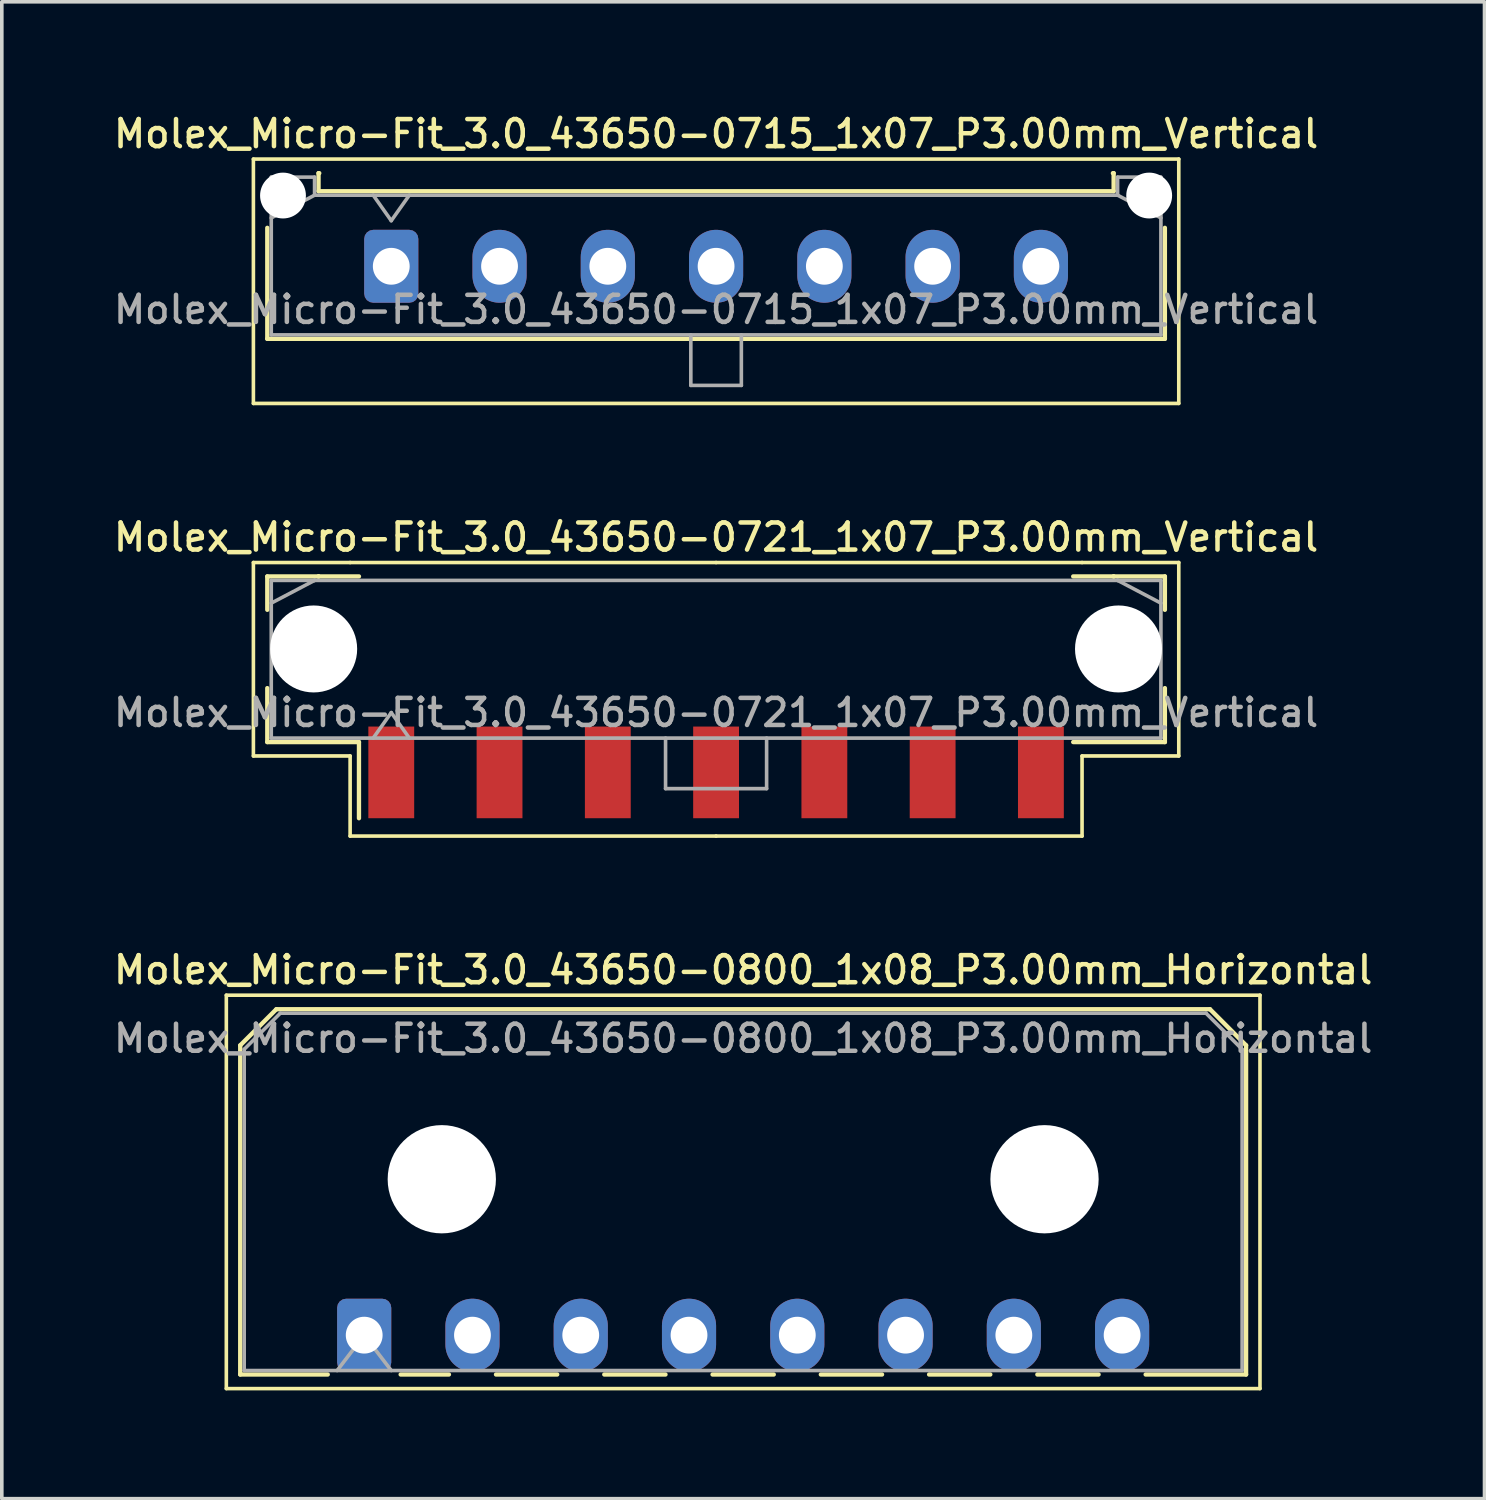
<source format=kicad_pcb>
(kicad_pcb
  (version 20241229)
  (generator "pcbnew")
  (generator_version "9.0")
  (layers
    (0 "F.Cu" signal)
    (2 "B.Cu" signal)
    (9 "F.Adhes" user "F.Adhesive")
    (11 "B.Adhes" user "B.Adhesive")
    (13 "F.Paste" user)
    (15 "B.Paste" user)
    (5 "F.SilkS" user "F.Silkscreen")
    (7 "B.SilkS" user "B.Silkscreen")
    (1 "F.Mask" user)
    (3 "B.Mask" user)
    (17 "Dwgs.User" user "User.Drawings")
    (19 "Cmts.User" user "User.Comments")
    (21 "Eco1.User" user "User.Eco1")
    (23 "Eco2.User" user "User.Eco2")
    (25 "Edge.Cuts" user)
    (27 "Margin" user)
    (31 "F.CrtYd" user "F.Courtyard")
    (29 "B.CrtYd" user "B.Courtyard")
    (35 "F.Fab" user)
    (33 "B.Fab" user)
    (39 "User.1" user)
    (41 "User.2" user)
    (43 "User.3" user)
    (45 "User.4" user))
  (footprint "Molex_Micro-Fit_3.0_43650-0715_1x07_P3.00mm_Vertical"
    (layer "F.Cu")
    (at 7.791 4.328)
    (property "Reference" "Molex_Micro-Fit_3.0_43650-0715_1x07_P3.00mm_Vertical" (at 9 -3.67 0) (layer "F.SilkS") (effects (font (size 0.75 0.75) (thickness 0.125))))
    (attr through_hole)
    (fp_line (start -3.82 -2.97) (end 21.82 -2.97) (stroke (width 0.1) (type solid)) (layer "F.SilkS"))
    (fp_line (start -3.82 3.8) (end -3.82 -2.97) (stroke (width 0.1) (type solid)) (layer "F.SilkS"))
    (fp_line (start -3.435 -1.065) (end -3.435 2.01) (stroke (width 0.12) (type solid)) (layer "F.SilkS"))
    (fp_line (start -3.435 2.01) (end 21.435 2.01) (stroke (width 0.12) (type solid)) (layer "F.SilkS"))
    (fp_line (start -2.015 -2.58) (end -2.015 -2.08) (stroke (width 0.12) (type solid)) (layer "F.SilkS"))
    (fp_line (start -2.015 -2.08) (end 20.015 -2.08) (stroke (width 0.12) (type solid)) (layer "F.SilkS"))
    (fp_line (start -1.995 -2.58) (end -2.015 -2.58) (stroke (width 0.12) (type solid)) (layer "F.SilkS"))
    (fp_line (start 20.015 -2.58) (end 19.995 -2.58) (stroke (width 0.12) (type solid)) (layer "F.SilkS"))
    (fp_line (start 20.015 -2.08) (end 20.015 -2.58) (stroke (width 0.12) (type solid)) (layer "F.SilkS"))
    (fp_line (start 21.435 2.01) (end 21.435 -1.065) (stroke (width 0.12) (type solid)) (layer "F.SilkS"))
    (fp_line (start 21.82 -2.97) (end 21.82 3.8) (stroke (width 0.1) (type solid)) (layer "F.SilkS"))
    (fp_line (start 21.82 3.8) (end -3.82 3.8) (stroke (width 0.1) (type solid)) (layer "F.SilkS"))
    (fp_line (start -3.325 -2.47) (end -3.325 1.9) (stroke (width 0.1) (type solid)) (layer "F.Fab"))
    (fp_line (start -3.325 -1.34) (end -2.125 -1.97) (stroke (width 0.1) (type solid)) (layer "F.Fab"))
    (fp_line (start -3.325 1.9) (end 21.325 1.9) (stroke (width 0.1) (type solid)) (layer "F.Fab"))
    (fp_line (start -2.125 -2.47) (end -3.325 -2.47) (stroke (width 0.1) (type solid)) (layer "F.Fab"))
    (fp_line (start -2.125 -1.97) (end -2.125 -2.47) (stroke (width 0.1) (type solid)) (layer "F.Fab"))
    (fp_line (start -0.5 -1.97) (end 0 -1.263) (stroke (width 0.1) (type solid)) (layer "F.Fab"))
    (fp_line (start 0 -1.263) (end 0.5 -1.97) (stroke (width 0.1) (type solid)) (layer "F.Fab"))
    (fp_line (start 8.3 1.9) (end 8.3 3.3) (stroke (width 0.1) (type solid)) (layer "F.Fab"))
    (fp_line (start 8.3 3.3) (end 9.7 3.3) (stroke (width 0.1) (type solid)) (layer "F.Fab"))
    (fp_line (start 9.7 3.3) (end 9.7 1.9) (stroke (width 0.1) (type solid)) (layer "F.Fab"))
    (fp_line (start 20.125 -2.47) (end 20.125 -1.97) (stroke (width 0.1) (type solid)) (layer "F.Fab"))
    (fp_line (start 20.125 -1.97) (end -2.125 -1.97) (stroke (width 0.1) (type solid)) (layer "F.Fab"))
    (fp_line (start 21.325 -2.47) (end 20.125 -2.47) (stroke (width 0.1) (type solid)) (layer "F.Fab"))
    (fp_line (start 21.325 -1.34) (end 20.125 -1.97) (stroke (width 0.1) (type solid)) (layer "F.Fab"))
    (fp_line (start 21.325 1.9) (end 21.325 -2.47) (stroke (width 0.1) (type solid)) (layer "F.Fab"))
    (fp_text user "${REFERENCE}" (at 9 1.2 0) (layer "F.Fab") (effects (font (size 0.75 0.75) (thickness 0.125))))
    (pad "" np_thru_hole circle (at -3 -1.96) (size 1.27 1.27) (drill 1.27) (layers "*.Cu" "*.Mask"))
    (pad "" np_thru_hole circle (at 21 -1.96) (size 1.27 1.27) (drill 1.27) (layers "*.Cu" "*.Mask"))
    (pad "1" thru_hole roundrect (at 0 0) (size 1.5 2.02) (drill 1.02) (layers "*.Cu" "*.Mask") (roundrect_rratio 0.167))
    (pad "2" thru_hole oval (at 3 0) (size 1.5 2.02) (drill 1.02) (layers "*.Cu" "*.Mask"))
    (pad "3" thru_hole oval (at 6 0) (size 1.5 2.02) (drill 1.02) (layers "*.Cu" "*.Mask"))
    (pad "4" thru_hole oval (at 9 0) (size 1.5 2.02) (drill 1.02) (layers "*.Cu" "*.Mask"))
    (pad "5" thru_hole oval (at 12 0) (size 1.5 2.02) (drill 1.02) (layers "*.Cu" "*.Mask"))
    (pad "6" thru_hole oval (at 15 0) (size 1.5 2.02) (drill 1.02) (layers "*.Cu" "*.Mask"))
    (pad "7" thru_hole oval (at 18 0) (size 1.5 2.02) (drill 1.02) (layers "*.Cu" "*.Mask")))
  (footprint "Molex_Micro-Fit_3.0_43650-0800_1x08_P3.00mm_Horizontal"
    (layer "F.Cu")
    (at 7.041 33.944)
    (property "Reference" "Molex_Micro-Fit_3.0_43650-0800_1x08_P3.00mm_Horizontal" (at 10.5 -10.12 0) (layer "F.SilkS") (effects (font (size 0.75 0.75) (thickness 0.125))))
    (attr through_hole)
    (fp_line (start -3.82 -9.42) (end 24.82 -9.42) (stroke (width 0.1) (type solid)) (layer "F.SilkS"))
    (fp_line (start -3.82 1.48) (end -3.82 -9.42) (stroke (width 0.1) (type solid)) (layer "F.SilkS"))
    (fp_line (start -3.435 -8.03) (end -2.435 -9.03) (stroke (width 0.12) (type solid)) (layer "F.SilkS"))
    (fp_line (start -3.435 1.09) (end -3.435 -8.03) (stroke (width 0.12) (type solid)) (layer "F.SilkS"))
    (fp_line (start -3.435 1.09) (end -1.01 1.09) (stroke (width 0.12) (type solid)) (layer "F.SilkS"))
    (fp_line (start -2.435 -9.03) (end 23.435 -9.03) (stroke (width 0.12) (type solid)) (layer "F.SilkS"))
    (fp_line (start 1.01 1.09) (end 2.348 1.09) (stroke (width 0.12) (type solid)) (layer "F.SilkS"))
    (fp_line (start 3.652 1.09) (end 5.348 1.09) (stroke (width 0.12) (type solid)) (layer "F.SilkS"))
    (fp_line (start 6.652 1.09) (end 8.348 1.09) (stroke (width 0.12) (type solid)) (layer "F.SilkS"))
    (fp_line (start 9.652 1.09) (end 11.348 1.09) (stroke (width 0.12) (type solid)) (layer "F.SilkS"))
    (fp_line (start 12.652 1.09) (end 14.348 1.09) (stroke (width 0.12) (type solid)) (layer "F.SilkS"))
    (fp_line (start 15.652 1.09) (end 17.348 1.09) (stroke (width 0.12) (type solid)) (layer "F.SilkS"))
    (fp_line (start 18.652 1.09) (end 20.348 1.09) (stroke (width 0.12) (type solid)) (layer "F.SilkS"))
    (fp_line (start 23.435 -9.03) (end 24.435 -8.03) (stroke (width 0.12) (type solid)) (layer "F.SilkS"))
    (fp_line (start 24.435 -8.03) (end 24.435 1.09) (stroke (width 0.12) (type solid)) (layer "F.SilkS"))
    (fp_line (start 24.435 1.09) (end 21.652 1.09) (stroke (width 0.12) (type solid)) (layer "F.SilkS"))
    (fp_line (start 24.82 -9.42) (end 24.82 1.48) (stroke (width 0.1) (type solid)) (layer "F.SilkS"))
    (fp_line (start 24.82 1.48) (end -3.82 1.48) (stroke (width 0.1) (type solid)) (layer "F.SilkS"))
    (fp_line (start -3.325 -7.92) (end -2.325 -8.92) (stroke (width 0.1) (type solid)) (layer "F.Fab"))
    (fp_line (start -3.325 0.98) (end -3.325 -7.92) (stroke (width 0.1) (type solid)) (layer "F.Fab"))
    (fp_line (start -2.325 -8.92) (end 23.325 -8.92) (stroke (width 0.1) (type solid)) (layer "F.Fab"))
    (fp_line (start -0.75 0.98) (end 0 0) (stroke (width 0.1) (type solid)) (layer "F.Fab"))
    (fp_line (start 0 0) (end 0.75 0.98) (stroke (width 0.1) (type solid)) (layer "F.Fab"))
    (fp_line (start 23.325 -8.92) (end 24.325 -7.92) (stroke (width 0.1) (type solid)) (layer "F.Fab"))
    (fp_line (start 24.325 -7.92) (end 24.325 0.98) (stroke (width 0.1) (type solid)) (layer "F.Fab"))
    (fp_line (start 24.325 0.98) (end -3.325 0.98) (stroke (width 0.1) (type solid)) (layer "F.Fab"))
    (fp_text user "${REFERENCE}" (at 10.5 -8.22 0) (layer "F.Fab") (effects (font (size 0.75 0.75) (thickness 0.125))))
    (pad "" np_thru_hole circle (at 2.15 -4.32) (size 3 3) (drill 3) (layers "*.Cu" "*.Mask"))
    (pad "" np_thru_hole circle (at 18.85 -4.32) (size 3 3) (drill 3) (layers "*.Cu" "*.Mask"))
    (pad "1" thru_hole roundrect (at 0 0) (size 1.5 2.02) (drill 1.02) (layers "*.Cu" "*.Mask") (roundrect_rratio 0.167))
    (pad "2" thru_hole oval (at 3 0) (size 1.5 2.02) (drill 1.02) (layers "*.Cu" "*.Mask"))
    (pad "3" thru_hole oval (at 6 0) (size 1.5 2.02) (drill 1.02) (layers "*.Cu" "*.Mask"))
    (pad "4" thru_hole oval (at 9 0) (size 1.5 2.02) (drill 1.02) (layers "*.Cu" "*.Mask"))
    (pad "5" thru_hole oval (at 12 0) (size 1.5 2.02) (drill 1.02) (layers "*.Cu" "*.Mask"))
    (pad "6" thru_hole oval (at 15 0) (size 1.5 2.02) (drill 1.02) (layers "*.Cu" "*.Mask"))
    (pad "7" thru_hole oval (at 18 0) (size 1.5 2.02) (drill 1.02) (layers "*.Cu" "*.Mask"))
    (pad "8" thru_hole oval (at 21 0) (size 1.5 2.02) (drill 1.02) (layers "*.Cu" "*.Mask")))
  (footprint "Molex_Micro-Fit_3.0_43650-0721_1x07_P3.00mm_Vertical"
    (layer "F.Cu")
    (at 16.791 15.216)
    (property "Reference" "Molex_Micro-Fit_3.0_43650-0721_1x07_P3.00mm_Vertical" (at 0 -3.38 0) (layer "F.SilkS") (effects (font (size 0.75 0.75) (thickness 0.125))))
    (attr smd)
    (fp_line (start -12.82 -2.68) (end -12.82 2.68) (stroke (width 0.1) (type solid)) (layer "F.SilkS"))
    (fp_line (start -12.82 2.68) (end -10.14 2.68) (stroke (width 0.1) (type solid)) (layer "F.SilkS"))
    (fp_line (start -12.435 -2.295) (end -11.015 -2.295) (stroke (width 0.12) (type solid)) (layer "F.SilkS"))
    (fp_line (start -12.435 -1.37) (end -12.435 -2.295) (stroke (width 0.12) (type solid)) (layer "F.SilkS"))
    (fp_line (start -12.435 0.8) (end -12.435 2.295) (stroke (width 0.12) (type solid)) (layer "F.SilkS"))
    (fp_line (start -12.435 2.295) (end -9.895 2.295) (stroke (width 0.12) (type solid)) (layer "F.SilkS"))
    (fp_line (start -11.015 -2.295) (end -11.015 -2.295) (stroke (width 0.12) (type solid)) (layer "F.SilkS"))
    (fp_line (start -11.015 -2.295) (end -9.895 -2.295) (stroke (width 0.12) (type solid)) (layer "F.SilkS"))
    (fp_line (start -10.14 -2.68) (end -12.82 -2.68) (stroke (width 0.1) (type solid)) (layer "F.SilkS"))
    (fp_line (start -10.14 2.68) (end -10.14 4.9) (stroke (width 0.1) (type solid)) (layer "F.SilkS"))
    (fp_line (start -10.14 4.9) (end 0 4.9) (stroke (width 0.1) (type solid)) (layer "F.SilkS"))
    (fp_line (start -9.895 2.295) (end -9.895 4.405) (stroke (width 0.12) (type solid)) (layer "F.SilkS"))
    (fp_line (start 0 -2.68) (end -10.14 -2.68) (stroke (width 0.1) (type solid)) (layer "F.SilkS"))
    (fp_line (start 0 -2.68) (end 10.14 -2.68) (stroke (width 0.1) (type solid)) (layer "F.SilkS"))
    (fp_line (start 10.14 -2.68) (end 12.82 -2.68) (stroke (width 0.1) (type solid)) (layer "F.SilkS"))
    (fp_line (start 10.14 2.68) (end 10.14 4.9) (stroke (width 0.1) (type solid)) (layer "F.SilkS"))
    (fp_line (start 10.14 4.9) (end 0 4.9) (stroke (width 0.1) (type solid)) (layer "F.SilkS"))
    (fp_line (start 11.015 -2.295) (end 9.895 -2.295) (stroke (width 0.12) (type solid)) (layer "F.SilkS"))
    (fp_line (start 11.015 -2.295) (end 11.015 -2.295) (stroke (width 0.12) (type solid)) (layer "F.SilkS"))
    (fp_line (start 12.435 -2.295) (end 11.015 -2.295) (stroke (width 0.12) (type solid)) (layer "F.SilkS"))
    (fp_line (start 12.435 -1.37) (end 12.435 -2.295) (stroke (width 0.12) (type solid)) (layer "F.SilkS"))
    (fp_line (start 12.435 0.8) (end 12.435 2.295) (stroke (width 0.12) (type solid)) (layer "F.SilkS"))
    (fp_line (start 12.435 2.295) (end 9.895 2.295) (stroke (width 0.12) (type solid)) (layer "F.SilkS"))
    (fp_line (start 12.82 -2.68) (end 12.82 2.68) (stroke (width 0.1) (type solid)) (layer "F.SilkS"))
    (fp_line (start 12.82 2.68) (end 10.14 2.68) (stroke (width 0.1) (type solid)) (layer "F.SilkS"))
    (fp_line (start -12.325 -2.185) (end -12.325 2.185) (stroke (width 0.1) (type solid)) (layer "F.Fab"))
    (fp_line (start -12.325 -1.555) (end -11.125 -2.185) (stroke (width 0.1) (type solid)) (layer "F.Fab"))
    (fp_line (start -12.325 2.185) (end 12.325 2.185) (stroke (width 0.1) (type solid)) (layer "F.Fab"))
    (fp_line (start -11.125 -2.185) (end -12.325 -2.185) (stroke (width 0.1) (type solid)) (layer "F.Fab"))
    (fp_line (start -11.125 -2.185) (end -11.125 -2.185) (stroke (width 0.1) (type solid)) (layer "F.Fab"))
    (fp_line (start -9.5 2.185) (end -9 1.478) (stroke (width 0.1) (type solid)) (layer "F.Fab"))
    (fp_line (start -9 1.478) (end -8.5 2.185) (stroke (width 0.1) (type solid)) (layer "F.Fab"))
    (fp_line (start -1.4 2.185) (end -1.4 3.585) (stroke (width 0.1) (type solid)) (layer "F.Fab"))
    (fp_line (start -1.4 3.585) (end 1.4 3.585) (stroke (width 0.1) (type solid)) (layer "F.Fab"))
    (fp_line (start 1.4 3.585) (end 1.4 2.185) (stroke (width 0.1) (type solid)) (layer "F.Fab"))
    (fp_line (start 11.125 -2.185) (end -11.125 -2.185) (stroke (width 0.1) (type solid)) (layer "F.Fab"))
    (fp_line (start 11.125 -2.185) (end 11.125 -2.185) (stroke (width 0.1) (type solid)) (layer "F.Fab"))
    (fp_line (start 12.325 -2.185) (end 11.125 -2.185) (stroke (width 0.1) (type solid)) (layer "F.Fab"))
    (fp_line (start 12.325 -1.555) (end 11.125 -2.185) (stroke (width 0.1) (type solid)) (layer "F.Fab"))
    (fp_line (start 12.325 2.185) (end 12.325 -2.185) (stroke (width 0.1) (type solid)) (layer "F.Fab"))
    (fp_text user "${REFERENCE}" (at 0 1.48 0) (layer "F.Fab") (effects (font (size 0.75 0.75) (thickness 0.125))))
    (pad "" np_thru_hole circle (at -11.15 -0.285) (size 2.41 2.41) (drill 2.41) (layers "*.Cu" "*.Mask"))
    (pad "" np_thru_hole circle (at 11.15 -0.285) (size 2.41 2.41) (drill 2.41) (layers "*.Cu" "*.Mask"))
    (pad "1" smd rect (at -9 3.135) (size 1.27 2.54) (layers "F.Cu" "F.Mask" "F.Paste"))
    (pad "2" smd rect (at -6 3.135) (size 1.27 2.54) (layers "F.Cu" "F.Mask" "F.Paste"))
    (pad "3" smd rect (at -3 3.135) (size 1.27 2.54) (layers "F.Cu" "F.Mask" "F.Paste"))
    (pad "4" smd rect (at 0 3.135) (size 1.27 2.54) (layers "F.Cu" "F.Mask" "F.Paste"))
    (pad "5" smd rect (at 3 3.135) (size 1.27 2.54) (layers "F.Cu" "F.Mask" "F.Paste"))
    (pad "6" smd rect (at 6 3.135) (size 1.27 2.54) (layers "F.Cu" "F.Mask" "F.Paste"))
    (pad "7" smd rect (at 9 3.135) (size 1.27 2.54) (layers "F.Cu" "F.Mask" "F.Paste")))
  (gr_rect
    (start -3 -3)
    (end 38.082 38.474)
    (stroke (width 0.1) (type default))
    (fill no)
    (layer "Edge.Cuts")))
</source>
